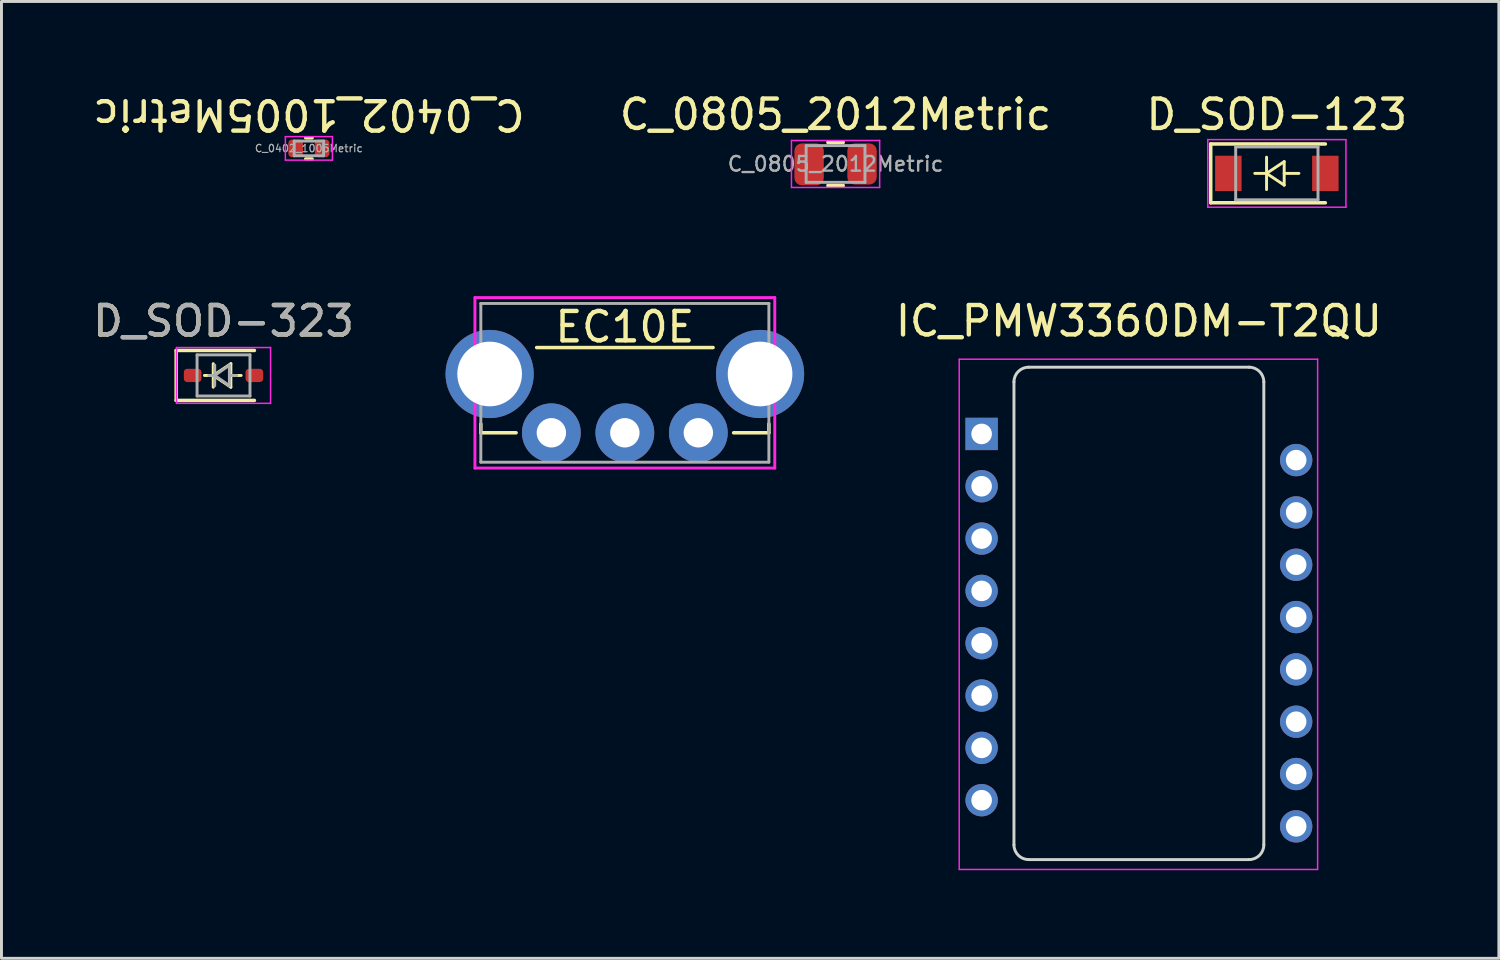
<source format=kicad_pcb>
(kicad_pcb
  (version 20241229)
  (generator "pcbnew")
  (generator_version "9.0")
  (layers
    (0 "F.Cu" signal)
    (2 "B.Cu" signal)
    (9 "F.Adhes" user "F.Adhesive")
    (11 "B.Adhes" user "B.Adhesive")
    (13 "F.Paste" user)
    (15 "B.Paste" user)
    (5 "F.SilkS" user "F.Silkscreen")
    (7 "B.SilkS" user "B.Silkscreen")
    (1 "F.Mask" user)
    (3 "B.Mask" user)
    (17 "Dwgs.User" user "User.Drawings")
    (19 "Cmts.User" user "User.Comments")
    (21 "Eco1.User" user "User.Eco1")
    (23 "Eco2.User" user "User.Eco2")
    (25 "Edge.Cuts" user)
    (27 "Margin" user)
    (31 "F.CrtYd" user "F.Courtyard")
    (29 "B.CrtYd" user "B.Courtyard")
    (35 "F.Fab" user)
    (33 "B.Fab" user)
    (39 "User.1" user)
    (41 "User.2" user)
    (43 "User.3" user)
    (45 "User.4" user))
  (footprint "IC_PMW3360DM-T2QU"
    (layer "F.Cu")
    (at 35.694 17.372)
    (property "Reference" "IC_PMW3360DM-T2QU" (at 0 -9.5 0) (unlocked yes) (layer "F.SilkS") (effects (font (size 1 1) (thickness 0.15))))
    (attr through_hole)
    (fp_line (start -4.25 8.32) (end -4.25 -7.43) (stroke (width 0.1) (type solid)) (layer "Edge.Cuts"))
    (fp_line (start -3.75 -7.93) (end 3.75 -7.93) (stroke (width 0.1) (type solid)) (layer "Edge.Cuts"))
    (fp_line (start -3.75 8.82) (end 3.75 8.82) (stroke (width 0.1) (type solid)) (layer "Edge.Cuts"))
    (fp_line (start 4.25 -7.43) (end 4.25 8.32) (stroke (width 0.1) (type solid)) (layer "Edge.Cuts"))
    (fp_arc (start -4.25 -7.43) (mid -4.103554 -7.783554) (end -3.75 -7.93) (stroke (width 0.1) (type solid)) (layer "Edge.Cuts"))
    (fp_arc (start -3.75 8.82) (mid -4.103553 8.673553) (end -4.25 8.32) (stroke (width 0.1) (type solid)) (layer "Edge.Cuts"))
    (fp_arc (start 3.75 -7.93) (mid 4.103553 -7.783553) (end 4.25 -7.43) (stroke (width 0.1) (type solid)) (layer "Edge.Cuts"))
    (fp_arc (start 4.25 8.32) (mid 4.103553 8.673553) (end 3.75 8.82) (stroke (width 0.1) (type solid)) (layer "Edge.Cuts"))
    (fp_line (start -6.112 -8.203) (end 6.08 -8.203) (stroke (width 0.05) (type solid)) (layer "F.CrtYd"))
    (fp_line (start -6.112 9.156) (end -6.112 -8.203) (stroke (width 0.05) (type solid)) (layer "F.CrtYd"))
    (fp_line (start 6.08 -8.203) (end 6.08 9.156) (stroke (width 0.05) (type solid)) (layer "F.CrtYd"))
    (fp_line (start 6.08 9.156) (end -6.112 9.156) (stroke (width 0.05) (type solid)) (layer "F.CrtYd"))
    (pad "1" thru_hole rect (at -5.35 -5.66) (size 1.1 1.1) (drill 0.7) (layers "*.Cu" "*.Mask"))
    (pad "2" thru_hole circle (at -5.35 -3.88) (size 1.1 1.1) (drill 0.7) (layers "*.Cu" "*.Mask"))
    (pad "3" thru_hole circle (at -5.35 -2.1) (size 1.1 1.1) (drill 0.7) (layers "*.Cu" "*.Mask"))
    (pad "4" thru_hole circle (at -5.35 -0.32) (size 1.1 1.1) (drill 0.7) (layers "*.Cu" "*.Mask"))
    (pad "5" thru_hole circle (at -5.35 1.46) (size 1.1 1.1) (drill 0.7) (layers "*.Cu" "*.Mask"))
    (pad "6" thru_hole circle (at -5.35 3.24) (size 1.1 1.1) (drill 0.7) (layers "*.Cu" "*.Mask"))
    (pad "7" thru_hole circle (at -5.35 5.02) (size 1.1 1.1) (drill 0.7) (layers "*.Cu" "*.Mask"))
    (pad "8" thru_hole circle (at -5.35 6.8) (size 1.1 1.1) (drill 0.7) (layers "*.Cu" "*.Mask"))
    (pad "9" thru_hole circle (at 5.35 7.69) (size 1.1 1.1) (drill 0.7) (layers "*.Cu" "*.Mask"))
    (pad "10" thru_hole circle (at 5.35 5.91) (size 1.1 1.1) (drill 0.7) (layers "*.Cu" "*.Mask"))
    (pad "11" thru_hole circle (at 5.35 4.13) (size 1.1 1.1) (drill 0.7) (layers "*.Cu" "*.Mask"))
    (pad "12" thru_hole circle (at 5.35 2.35) (size 1.1 1.1) (drill 0.7) (layers "*.Cu" "*.Mask"))
    (pad "13" thru_hole circle (at 5.35 0.57) (size 1.1 1.1) (drill 0.7) (layers "*.Cu" "*.Mask"))
    (pad "14" thru_hole circle (at 5.35 -1.21) (size 1.1 1.1) (drill 0.7) (layers "*.Cu" "*.Mask"))
    (pad "15" thru_hole circle (at 5.35 -2.99) (size 1.1 1.1) (drill 0.7) (layers "*.Cu" "*.Mask"))
    (pad "16" thru_hole circle (at 5.35 -4.77) (size 1.1 1.1) (drill 0.7) (layers "*.Cu" "*.Mask")))
  (footprint "C_0805_2012Metric"
    (layer "F.Cu")
    (at 25.375 2.528)
    (property "Reference" "C_0805_2012Metric" (at 0 -1.68 0) (layer "F.SilkS") (effects (font (size 1 1) (thickness 0.15))))
    (attr smd)
    (fp_line (start -0.261 -0.735) (end 0.261 -0.735) (stroke (width 0.12) (type solid)) (layer "F.SilkS"))
    (fp_line (start -0.261 0.735) (end 0.261 0.735) (stroke (width 0.12) (type solid)) (layer "F.SilkS"))
    (fp_line (start -1.5 -0.8) (end -1.5 0.8) (stroke (width 0.05) (type solid)) (layer "F.CrtYd"))
    (fp_line (start -1.5 -0.8) (end 1.5 -0.8) (stroke (width 0.05) (type solid)) (layer "F.CrtYd"))
    (fp_line (start -1.5 0.8) (end 1.5 0.8) (stroke (width 0.05) (type solid)) (layer "F.CrtYd"))
    (fp_line (start 1.5 -0.8) (end 1.5 0.8) (stroke (width 0.05) (type solid)) (layer "F.CrtYd"))
    (fp_line (start -1 -0.625) (end 1 -0.625) (stroke (width 0.1) (type solid)) (layer "F.Fab"))
    (fp_line (start -1 0.625) (end -1 -0.625) (stroke (width 0.1) (type solid)) (layer "F.Fab"))
    (fp_line (start 1 -0.625) (end 1 0.625) (stroke (width 0.1) (type solid)) (layer "F.Fab"))
    (fp_line (start 1 0.625) (end -1 0.625) (stroke (width 0.1) (type solid)) (layer "F.Fab"))
    (fp_text user "${REFERENCE}" (at 0 0 0) (layer "F.Fab") (effects (font (size 0.5 0.5) (thickness 0.08))))
    (pad "1" smd roundrect (at -0.9 0.013) (size 1 1.425) (layers "F.Cu" "F.Mask" "F.Paste") (roundrect_rratio 0.25))
    (pad "2" smd roundrect (at 0.9 0) (size 1 1.4) (layers "F.Cu" "F.Mask" "F.Paste") (roundrect_rratio 0.25)))
  (footprint "C_0402_1005Metric"
    (layer "F.Cu")
    (at 7.458 1.998)
    (property "Reference" "C_0402_1005Metric" (at 0 -1.15 180) (unlocked yes) (layer "F.SilkS") (effects (font (size 1 1) (thickness 0.15))))
    (attr smd)
    (fp_line (start -0.108 -0.36) (end 0.108 -0.36) (stroke (width 0.12) (type solid)) (layer "F.SilkS"))
    (fp_line (start -0.108 0.36) (end 0.108 0.36) (stroke (width 0.12) (type solid)) (layer "F.SilkS"))
    (fp_line (start -0.8 -0.4) (end 0.8 -0.4) (stroke (width 0.05) (type solid)) (layer "F.CrtYd"))
    (fp_line (start -0.8 0.4) (end -0.8 -0.4) (stroke (width 0.05) (type solid)) (layer "F.CrtYd"))
    (fp_line (start 0.8 0.4) (end -0.8 0.4) (stroke (width 0.05) (type solid)) (layer "F.CrtYd"))
    (fp_line (start 0.8 0.4) (end 0.8 -0.4) (stroke (width 0.05) (type solid)) (layer "F.CrtYd"))
    (fp_line (start -0.5 -0.25) (end 0.5 -0.25) (stroke (width 0.1) (type solid)) (layer "F.Fab"))
    (fp_line (start -0.5 0.25) (end -0.5 -0.25) (stroke (width 0.1) (type solid)) (layer "F.Fab"))
    (fp_line (start 0.5 -0.25) (end 0.5 0.25) (stroke (width 0.1) (type solid)) (layer "F.Fab"))
    (fp_line (start 0.5 0.25) (end -0.5 0.25) (stroke (width 0.1) (type solid)) (layer "F.Fab"))
    (fp_text user "${REFERENCE}" (at 0 0 0) (layer "F.Fab") (effects (font (size 0.25 0.25) (thickness 0.04))))
    (pad "1" smd roundrect (at -0.45 0) (size 0.5 0.6) (layers "F.Cu" "F.Mask" "F.Paste") (roundrect_rratio 0.25))
    (pad "2" smd roundrect (at 0.45 0) (size 0.5 0.6) (layers "F.Cu" "F.Mask" "F.Paste") (roundrect_rratio 0.25)))
  (footprint "D_SOD-323"
    (layer "F.Cu")
    (at 4.554 9.722)
    (property "Reference" "D_SOD-323" (at 0 -1.85 0) (layer "F.SilkS") (effects (font (size 1 1) (thickness 0.15))))
    (attr smd)
    (fp_line (start -1.61 -0.85) (end -1.61 0.85) (stroke (width 0.12) (type solid)) (layer "F.SilkS"))
    (fp_line (start -1.61 -0.85) (end 1.05 -0.85) (stroke (width 0.12) (type solid)) (layer "F.SilkS"))
    (fp_line (start -1.61 0.85) (end 1.05 0.85) (stroke (width 0.12) (type solid)) (layer "F.SilkS"))
    (fp_line (start -0.65 0) (end -0.35 0) (stroke (width 0.1) (type solid)) (layer "F.SilkS"))
    (fp_line (start -0.35 0) (end 0.25 -0.4) (stroke (width 0.1) (type solid)) (layer "F.SilkS"))
    (fp_line (start -0.35 0.4) (end -0.35 -0.4) (stroke (width 0.1) (type solid)) (layer "F.SilkS"))
    (fp_line (start 0.25 -0.4) (end 0.25 0.4) (stroke (width 0.1) (type solid)) (layer "F.SilkS"))
    (fp_line (start 0.25 0) (end 0.6 0) (stroke (width 0.1) (type solid)) (layer "F.SilkS"))
    (fp_line (start 0.25 0.4) (end -0.35 0) (stroke (width 0.1) (type solid)) (layer "F.SilkS"))
    (fp_line (start -1.6 -0.95) (end -1.6 0.95) (stroke (width 0.05) (type solid)) (layer "F.CrtYd"))
    (fp_line (start -1.6 -0.95) (end 1.6 -0.95) (stroke (width 0.05) (type solid)) (layer "F.CrtYd"))
    (fp_line (start -1.6 0.95) (end 1.6 0.95) (stroke (width 0.05) (type solid)) (layer "F.CrtYd"))
    (fp_line (start 1.6 -0.95) (end 1.6 0.95) (stroke (width 0.05) (type solid)) (layer "F.CrtYd"))
    (fp_line (start -0.9 -0.7) (end 0.9 -0.7) (stroke (width 0.1) (type solid)) (layer "F.Fab"))
    (fp_line (start -0.9 0.7) (end -0.9 -0.7) (stroke (width 0.1) (type solid)) (layer "F.Fab"))
    (fp_line (start -0.3 -0.35) (end -0.3 0.35) (stroke (width 0.1) (type solid)) (layer "F.Fab"))
    (fp_line (start -0.3 0) (end -0.5 0) (stroke (width 0.1) (type solid)) (layer "F.Fab"))
    (fp_line (start -0.3 0) (end 0.2 -0.35) (stroke (width 0.1) (type solid)) (layer "F.Fab"))
    (fp_line (start 0.2 -0.35) (end 0.2 0.35) (stroke (width 0.1) (type solid)) (layer "F.Fab"))
    (fp_line (start 0.2 0) (end 0.45 0) (stroke (width 0.1) (type solid)) (layer "F.Fab"))
    (fp_line (start 0.2 0.35) (end -0.3 0) (stroke (width 0.1) (type solid)) (layer "F.Fab"))
    (fp_line (start 0.9 -0.7) (end 0.9 0.7) (stroke (width 0.1) (type solid)) (layer "F.Fab"))
    (fp_line (start 0.9 0.7) (end -0.9 0.7) (stroke (width 0.1) (type solid)) (layer "F.Fab"))
    (fp_text user "${REFERENCE}" (at 0 -1.85 0) (layer "F.Fab") (effects (font (size 1 1) (thickness 0.15))))
    (pad "1" smd roundrect (at -1.05 0) (size 0.6 0.45) (layers "F.Cu" "F.Mask" "F.Paste") (roundrect_rratio 0.25))
    (pad "2" smd roundrect (at 1.05 0) (size 0.6 0.45) (layers "F.Cu" "F.Mask" "F.Paste") (roundrect_rratio 0.25)))
  (footprint "D_SOD-123"
    (layer "F.Cu")
    (at 40.387 2.848)
    (property "Reference" "D_SOD-123" (at 0 -2 0) (layer "F.SilkS") (effects (font (size 1 1) (thickness 0.15))))
    (attr smd)
    (fp_line (start -2.25 -1) (end -2.25 1) (stroke (width 0.12) (type solid)) (layer "F.SilkS"))
    (fp_line (start -2.25 -1) (end 1.65 -1) (stroke (width 0.12) (type solid)) (layer "F.SilkS"))
    (fp_line (start -2.25 1) (end 1.65 1) (stroke (width 0.12) (type solid)) (layer "F.SilkS"))
    (fp_line (start -0.75 0) (end -0.35 0) (stroke (width 0.1) (type solid)) (layer "F.SilkS"))
    (fp_line (start -0.35 0) (end 0.25 -0.4) (stroke (width 0.1) (type solid)) (layer "F.SilkS"))
    (fp_line (start -0.35 0.55) (end -0.35 -0.55) (stroke (width 0.1) (type solid)) (layer "F.SilkS"))
    (fp_line (start 0.25 -0.4) (end 0.25 0.4) (stroke (width 0.1) (type solid)) (layer "F.SilkS"))
    (fp_line (start 0.25 0) (end 0.75 0) (stroke (width 0.1) (type solid)) (layer "F.SilkS"))
    (fp_line (start 0.25 0.4) (end -0.35 0) (stroke (width 0.1) (type solid)) (layer "F.SilkS"))
    (fp_line (start -2.35 -1.15) (end -2.35 1.15) (stroke (width 0.05) (type solid)) (layer "F.CrtYd"))
    (fp_line (start -2.35 -1.15) (end 2.35 -1.15) (stroke (width 0.05) (type solid)) (layer "F.CrtYd"))
    (fp_line (start 2.35 -1.15) (end 2.35 1.15) (stroke (width 0.05) (type solid)) (layer "F.CrtYd"))
    (fp_line (start 2.35 1.15) (end -2.35 1.15) (stroke (width 0.05) (type solid)) (layer "F.CrtYd"))
    (fp_line (start -1.4 -0.9) (end 1.4 -0.9) (stroke (width 0.1) (type solid)) (layer "F.Fab"))
    (fp_line (start -1.4 0.9) (end -1.4 -0.9) (stroke (width 0.1) (type solid)) (layer "F.Fab"))
    (fp_line (start 1.4 -0.9) (end 1.4 0.9) (stroke (width 0.1) (type solid)) (layer "F.Fab"))
    (fp_line (start 1.4 0.9) (end -1.4 0.9) (stroke (width 0.1) (type solid)) (layer "F.Fab"))
    (pad "1" smd rect (at -1.65 0) (size 0.9 1.2) (layers "F.Cu" "F.Mask" "F.Paste"))
    (pad "2" smd rect (at 1.65 0) (size 0.9 1.2) (layers "F.Cu" "F.Mask" "F.Paste")))
  (footprint "EC10E"
    (layer "F.Cu")
    (at 18.207 11.673)
    (property "Reference" "EC10E" (at 0 -3.6 0) (layer "F.SilkS") (effects (font (size 1 1) (thickness 0.15))))
    (attr through_hole)
    (fp_line (start -4.9 0) (end -4.9 -0.3) (stroke (width 0.12) (type solid)) (layer "F.SilkS"))
    (fp_line (start -3.7 0) (end -4.9 0) (stroke (width 0.12) (type solid)) (layer "F.SilkS"))
    (fp_line (start -3 -2.9) (end 3 -2.9) (stroke (width 0.12) (type solid)) (layer "F.SilkS"))
    (fp_line (start 4.9 -0.3) (end 4.9 0) (stroke (width 0.12) (type solid)) (layer "F.SilkS"))
    (fp_line (start 4.9 0) (end 3.7 0) (stroke (width 0.12) (type solid)) (layer "F.SilkS"))
    (fp_line (start -5.1 -4.6) (end -5.1 1.2) (stroke (width 0.1) (type solid)) (layer "F.CrtYd"))
    (fp_line (start -5.1 -4.6) (end 5.1 -4.6) (stroke (width 0.1) (type solid)) (layer "F.CrtYd"))
    (fp_line (start 5.1 -4.6) (end 5.1 1.2) (stroke (width 0.1) (type solid)) (layer "F.CrtYd"))
    (fp_line (start 5.1 1.2) (end -5.1 1.2) (stroke (width 0.1) (type solid)) (layer "F.CrtYd"))
    (fp_line (start -4.9 -4.4) (end -4.9 1) (stroke (width 0.1) (type solid)) (layer "F.Fab"))
    (fp_line (start -4.9 1) (end 4.9 1) (stroke (width 0.1) (type solid)) (layer "F.Fab"))
    (fp_line (start 4.9 -4.4) (end -4.9 -4.4) (stroke (width 0.1) (type solid)) (layer "F.Fab"))
    (fp_line (start 4.9 1) (end 4.9 -4.4) (stroke (width 0.1) (type solid)) (layer "F.Fab"))
    (pad "A" thru_hole circle (at -2.5 0) (size 2 2) (drill 1) (layers "*.Cu" "*.Mask"))
    (pad "B" thru_hole circle (at 0 0) (size 2 2) (drill 1) (layers "*.Cu" "*.Mask"))
    (pad "C" thru_hole circle (at 2.5 0) (size 2 2) (drill 1) (layers "*.Cu" "*.Mask"))
    (pad "MP" thru_hole circle (at -4.6 -2 90) (size 3 3) (drill oval 2.2) (layers "*.Cu" "*.Mask"))
    (pad "MP" thru_hole circle (at 4.6 -2 90) (size 3 3) (drill 2.2) (layers "*.Cu" "*.Mask")))
  (gr_rect
    (start -3 -3)
    (end 47.94 29.552)
    (stroke (width 0.1) (type default))
    (fill no)
    (layer "Edge.Cuts")))
</source>
